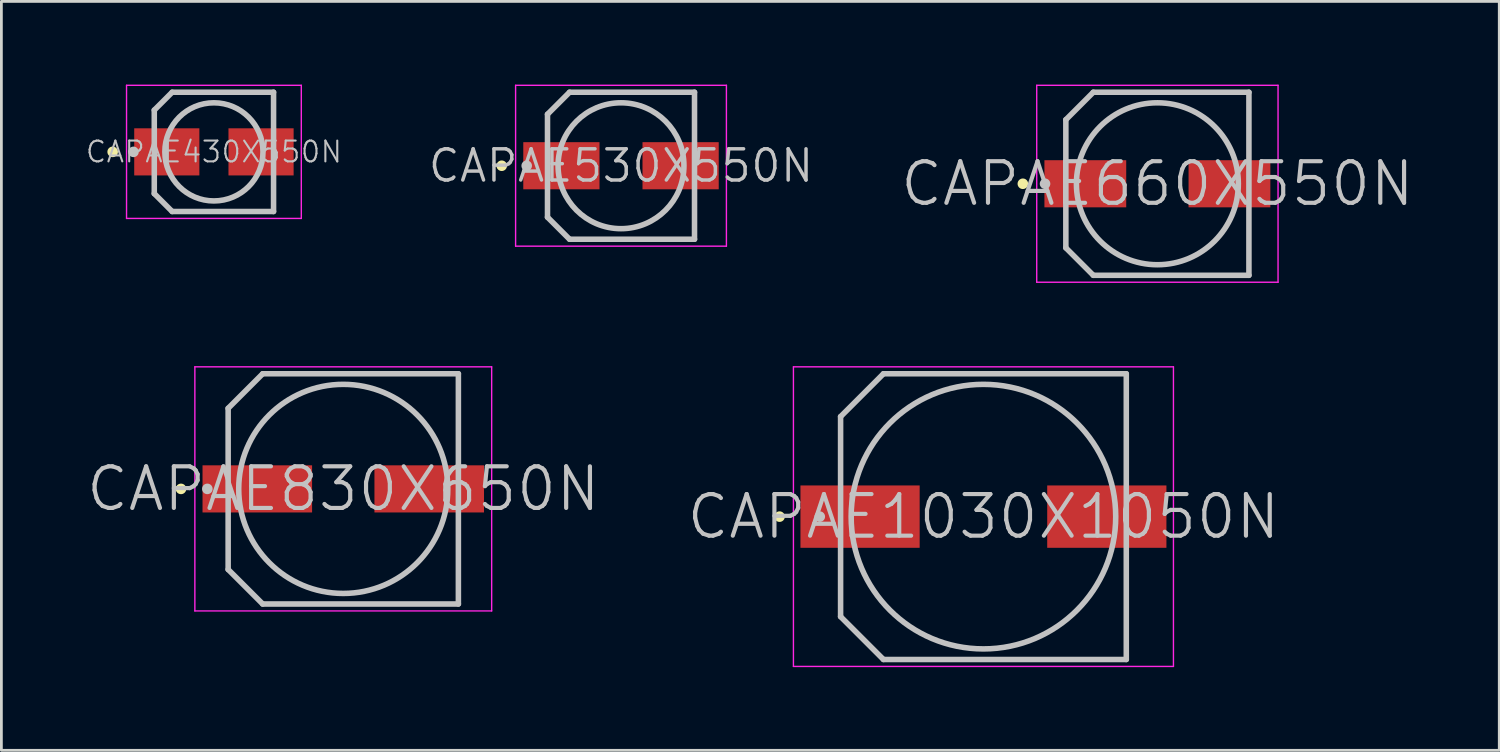
<source format=kicad_pcb>
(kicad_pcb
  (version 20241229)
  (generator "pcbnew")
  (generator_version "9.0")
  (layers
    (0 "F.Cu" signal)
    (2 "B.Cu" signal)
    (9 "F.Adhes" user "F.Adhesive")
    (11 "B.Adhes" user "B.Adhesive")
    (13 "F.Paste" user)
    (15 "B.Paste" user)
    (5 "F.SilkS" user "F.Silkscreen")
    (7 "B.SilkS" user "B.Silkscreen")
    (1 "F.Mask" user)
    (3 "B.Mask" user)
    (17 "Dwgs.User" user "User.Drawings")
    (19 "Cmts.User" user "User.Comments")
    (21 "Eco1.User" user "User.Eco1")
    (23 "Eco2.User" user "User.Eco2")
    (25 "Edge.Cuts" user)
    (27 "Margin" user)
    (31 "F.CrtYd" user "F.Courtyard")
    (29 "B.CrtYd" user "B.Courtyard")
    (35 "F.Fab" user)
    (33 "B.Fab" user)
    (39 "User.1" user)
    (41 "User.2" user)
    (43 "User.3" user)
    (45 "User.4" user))
  (footprint "CAPAE830X650N"
    (layer "F.Cu")
    (at 9.325 14.575)
    (property "Reference" "CAPAE830X650N" (at 0 0 0) (layer "Dwgs.User") (effects (font (size 1.5 1.5) (thickness 0.15))))
    (attr smd)
    (fp_line (start -5.85 0) (end -5.85 0) (stroke (width 0.381) (type solid)) (layer "F.SilkS"))
    (fp_line (start -4.9 0) (end -4.9 0) (stroke (width 0.381) (type solid)) (layer "Dwgs.User"))
    (fp_line (start -4.15 -2.905) (end -4.15 2.905) (stroke (width 0.2) (type solid)) (layer "Dwgs.User"))
    (fp_line (start -2.905 -4.15) (end -4.15 -2.905) (stroke (width 0.2) (type solid)) (layer "Dwgs.User"))
    (fp_line (start -2.905 -4.15) (end 4.15 -4.15) (stroke (width 0.2) (type solid)) (layer "Dwgs.User"))
    (fp_line (start -2.905 4.15) (end -4.15 2.905) (stroke (width 0.2) (type solid)) (layer "Dwgs.User"))
    (fp_line (start -2.905 4.15) (end 4.15 4.15) (stroke (width 0.2) (type solid)) (layer "Dwgs.User"))
    (fp_line (start 4.15 -4.15) (end 4.15 4.15) (stroke (width 0.2) (type solid)) (layer "Dwgs.User"))
    (fp_circle (center 0 0) (end 0 3.769) (stroke (width 0.2) (type solid)) (fill no) (layer "Dwgs.User"))
    (fp_line (start -5.35 -4.4) (end -5.35 4.4) (stroke (width 0.05) (type solid)) (layer "F.CrtYd"))
    (fp_line (start -5.35 -4.4) (end 5.35 -4.4) (stroke (width 0.05) (type solid)) (layer "F.CrtYd"))
    (fp_line (start -5.35 4.4) (end 5.35 4.4) (stroke (width 0.05) (type solid)) (layer "F.CrtYd"))
    (fp_line (start 5.35 -4.4) (end 5.35 4.4) (stroke (width 0.05) (type solid)) (layer "F.CrtYd"))
    (pad "1" smd rect (at -3.099 0 90) (size 1.699 3.95) (layers "F.Cu" "F.Mask" "F.Paste"))
    (pad "2" smd rect (at 3.099 0 270) (size 1.699 3.95) (layers "F.Cu" "F.Mask" "F.Paste")))
  (footprint "CAPAE530X550N"
    (layer "F.Cu")
    (at 19.338 2.925)
    (property "Reference" "CAPAE530X550N" (at 0 0 0) (layer "Dwgs.User") (effects (font (size 1.125 1.125) (thickness 0.125))))
    (attr smd)
    (fp_line (start -4.3 0) (end -4.3 0) (stroke (width 0.381) (type solid)) (layer "F.SilkS"))
    (fp_line (start -3.4 0) (end -3.4 0) (stroke (width 0.381) (type solid)) (layer "Dwgs.User"))
    (fp_line (start -2.65 -1.855) (end -2.65 1.855) (stroke (width 0.2) (type solid)) (layer "Dwgs.User"))
    (fp_line (start -1.855 -2.65) (end -2.65 -1.855) (stroke (width 0.2) (type solid)) (layer "Dwgs.User"))
    (fp_line (start -1.855 -2.65) (end 2.65 -2.65) (stroke (width 0.2) (type solid)) (layer "Dwgs.User"))
    (fp_line (start -1.855 2.65) (end -2.65 1.855) (stroke (width 0.2) (type solid)) (layer "Dwgs.User"))
    (fp_line (start -1.855 2.65) (end 2.65 2.65) (stroke (width 0.2) (type solid)) (layer "Dwgs.User"))
    (fp_line (start 2.65 -2.65) (end 2.65 2.65) (stroke (width 0.2) (type solid)) (layer "Dwgs.User"))
    (fp_circle (center 0 0) (end 0 2.269) (stroke (width 0.2) (type solid)) (fill no) (layer "Dwgs.User"))
    (fp_line (start -3.8 -2.9) (end -3.8 2.9) (stroke (width 0.05) (type solid)) (layer "F.CrtYd"))
    (fp_line (start -3.8 -2.9) (end 3.8 -2.9) (stroke (width 0.05) (type solid)) (layer "F.CrtYd"))
    (fp_line (start -3.8 2.9) (end 3.8 2.9) (stroke (width 0.05) (type solid)) (layer "F.CrtYd"))
    (fp_line (start 3.8 -2.9) (end 3.8 2.9) (stroke (width 0.05) (type solid)) (layer "F.CrtYd"))
    (pad "1" smd rect (at -2.149 0 90) (size 1.699 2.748) (layers "F.Cu" "F.Mask" "F.Paste"))
    (pad "2" smd rect (at 2.149 0 270) (size 1.699 2.748) (layers "F.Cu" "F.Mask" "F.Paste")))
  (footprint "CAPAE1030X1050N"
    (layer "F.Cu")
    (at 32.404 15.575)
    (property "Reference" "CAPAE1030X1050N" (at 0 0 0) (layer "Dwgs.User") (effects (font (size 1.5 1.5) (thickness 0.15))))
    (attr smd)
    (fp_line (start -7.35 0) (end -7.35 0) (stroke (width 0.381) (type solid)) (layer "F.SilkS"))
    (fp_line (start -5.9 0) (end -5.9 0) (stroke (width 0.381) (type solid)) (layer "Dwgs.User"))
    (fp_line (start -5.15 -3.605) (end -5.15 3.605) (stroke (width 0.2) (type solid)) (layer "Dwgs.User"))
    (fp_line (start -3.605 -5.15) (end -5.15 -3.605) (stroke (width 0.2) (type solid)) (layer "Dwgs.User"))
    (fp_line (start -3.605 -5.15) (end 5.15 -5.15) (stroke (width 0.2) (type solid)) (layer "Dwgs.User"))
    (fp_line (start -3.605 5.15) (end -5.15 3.605) (stroke (width 0.2) (type solid)) (layer "Dwgs.User"))
    (fp_line (start -3.605 5.15) (end 5.15 5.15) (stroke (width 0.2) (type solid)) (layer "Dwgs.User"))
    (fp_line (start 5.15 -5.15) (end 5.15 5.15) (stroke (width 0.2) (type solid)) (layer "Dwgs.User"))
    (fp_circle (center 0 0) (end 0 4.769) (stroke (width 0.2) (type solid)) (fill no) (layer "Dwgs.User"))
    (fp_line (start -6.85 -5.4) (end -6.85 5.4) (stroke (width 0.05) (type solid)) (layer "F.CrtYd"))
    (fp_line (start -6.85 -5.4) (end 6.85 -5.4) (stroke (width 0.05) (type solid)) (layer "F.CrtYd"))
    (fp_line (start -6.85 5.4) (end 6.85 5.4) (stroke (width 0.05) (type solid)) (layer "F.CrtYd"))
    (fp_line (start 6.85 -5.4) (end 6.85 5.4) (stroke (width 0.05) (type solid)) (layer "F.CrtYd"))
    (pad "1" smd rect (at -4.448 0 90) (size 2.248 4.298) (layers "F.Cu" "F.Mask" "F.Paste"))
    (pad "2" smd rect (at 4.448 0 270) (size 2.248 4.298) (layers "F.Cu" "F.Mask" "F.Paste")))
  (footprint "CAPAE430X550N"
    (layer "F.Cu")
    (at 4.662 2.425)
    (property "Reference" "CAPAE430X550N" (at 0 0 0) (layer "Dwgs.User") (effects (font (size 0.75 0.75) (thickness 0.075))))
    (attr smd)
    (fp_line (start -3.65 0) (end -3.65 0) (stroke (width 0.381) (type solid)) (layer "F.SilkS"))
    (fp_line (start -2.9 0) (end -2.9 0) (stroke (width 0.381) (type solid)) (layer "Dwgs.User"))
    (fp_line (start -2.15 -1.505) (end -2.15 1.505) (stroke (width 0.2) (type solid)) (layer "Dwgs.User"))
    (fp_line (start -1.505 -2.15) (end -2.15 -1.505) (stroke (width 0.2) (type solid)) (layer "Dwgs.User"))
    (fp_line (start -1.505 -2.15) (end 2.15 -2.15) (stroke (width 0.2) (type solid)) (layer "Dwgs.User"))
    (fp_line (start -1.505 2.15) (end -2.15 1.505) (stroke (width 0.2) (type solid)) (layer "Dwgs.User"))
    (fp_line (start -1.505 2.15) (end 2.15 2.15) (stroke (width 0.2) (type solid)) (layer "Dwgs.User"))
    (fp_line (start 2.15 -2.15) (end 2.15 2.15) (stroke (width 0.2) (type solid)) (layer "Dwgs.User"))
    (fp_circle (center 0 0) (end 0 1.769) (stroke (width 0.2) (type solid)) (fill no) (layer "Dwgs.User"))
    (fp_line (start -3.15 -2.4) (end -3.15 2.4) (stroke (width 0.05) (type solid)) (layer "F.CrtYd"))
    (fp_line (start -3.15 -2.4) (end 3.15 -2.4) (stroke (width 0.05) (type solid)) (layer "F.CrtYd"))
    (fp_line (start -3.15 2.4) (end 3.15 2.4) (stroke (width 0.05) (type solid)) (layer "F.CrtYd"))
    (fp_line (start 3.15 -2.4) (end 3.15 2.4) (stroke (width 0.05) (type solid)) (layer "F.CrtYd"))
    (pad "1" smd rect (at -1.699 0 90) (size 1.699 2.349) (layers "F.Cu" "F.Mask" "F.Paste"))
    (pad "2" smd rect (at 1.699 0 270) (size 1.699 2.349) (layers "F.Cu" "F.Mask" "F.Paste")))
  (footprint "CAPAE660X550N"
    (layer "F.Cu")
    (at 38.675 3.575)
    (property "Reference" "CAPAE660X550N" (at 0 0 0) (layer "Dwgs.User") (effects (font (size 1.5 1.5) (thickness 0.15))))
    (attr smd)
    (fp_line (start -4.85 0) (end -4.85 0) (stroke (width 0.381) (type solid)) (layer "F.SilkS"))
    (fp_line (start -4.05 0) (end -4.05 0) (stroke (width 0.381) (type solid)) (layer "Dwgs.User"))
    (fp_line (start -3.3 -2.31) (end -3.3 2.31) (stroke (width 0.2) (type solid)) (layer "Dwgs.User"))
    (fp_line (start -2.31 -3.3) (end -3.3 -2.31) (stroke (width 0.2) (type solid)) (layer "Dwgs.User"))
    (fp_line (start -2.31 -3.3) (end 3.3 -3.3) (stroke (width 0.2) (type solid)) (layer "Dwgs.User"))
    (fp_line (start -2.31 3.3) (end -3.3 2.31) (stroke (width 0.2) (type solid)) (layer "Dwgs.User"))
    (fp_line (start -2.31 3.3) (end 3.3 3.3) (stroke (width 0.2) (type solid)) (layer "Dwgs.User"))
    (fp_line (start 3.3 -3.3) (end 3.3 3.3) (stroke (width 0.2) (type solid)) (layer "Dwgs.User"))
    (fp_circle (center 0 0) (end 0 2.919) (stroke (width 0.2) (type solid)) (fill no) (layer "Dwgs.User"))
    (fp_line (start -4.35 -3.55) (end -4.35 3.55) (stroke (width 0.05) (type solid)) (layer "F.CrtYd"))
    (fp_line (start -4.35 -3.55) (end 4.35 -3.55) (stroke (width 0.05) (type solid)) (layer "F.CrtYd"))
    (fp_line (start -4.35 3.55) (end 4.35 3.55) (stroke (width 0.05) (type solid)) (layer "F.CrtYd"))
    (fp_line (start 4.35 -3.55) (end 4.35 3.55) (stroke (width 0.05) (type solid)) (layer "F.CrtYd"))
    (pad "1" smd rect (at -2.598 0 90) (size 1.699 2.949) (layers "F.Cu" "F.Mask" "F.Paste"))
    (pad "2" smd rect (at 2.598 0 270) (size 1.699 2.949) (layers "F.Cu" "F.Mask" "F.Paste")))
  (gr_rect
    (start -3 -3)
    (end 51 24)
    (stroke (width 0.1) (type default))
    (fill no)
    (layer "Edge.Cuts")))
</source>
